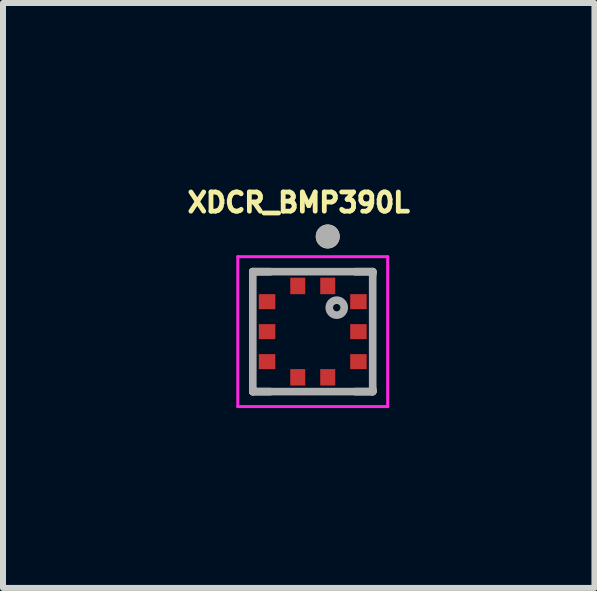
<source format=kicad_pcb>
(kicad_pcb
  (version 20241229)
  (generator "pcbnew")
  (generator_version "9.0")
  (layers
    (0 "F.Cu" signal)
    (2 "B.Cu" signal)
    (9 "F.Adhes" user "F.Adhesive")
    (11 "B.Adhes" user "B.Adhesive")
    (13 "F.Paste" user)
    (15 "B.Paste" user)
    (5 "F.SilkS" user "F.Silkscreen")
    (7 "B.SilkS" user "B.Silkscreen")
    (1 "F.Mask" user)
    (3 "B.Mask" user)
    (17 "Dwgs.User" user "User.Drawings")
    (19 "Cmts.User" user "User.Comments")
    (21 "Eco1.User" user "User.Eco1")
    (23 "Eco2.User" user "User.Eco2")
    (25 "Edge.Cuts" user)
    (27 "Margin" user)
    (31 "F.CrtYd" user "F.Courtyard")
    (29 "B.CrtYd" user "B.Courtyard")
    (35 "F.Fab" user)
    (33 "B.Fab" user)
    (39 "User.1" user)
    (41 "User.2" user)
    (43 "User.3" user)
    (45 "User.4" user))
  (footprint "XDCR_BMP390L"
    (layer "F.Cu")
    (at 2.166 2.481)
    (property "Reference" "XDCR_BMP390L" (at -0.234 -2.153 0) (layer "F.SilkS") (effects (font (size 0.32 0.32) (thickness 0.15))))
    (attr smd)
    (fp_line (start -1 -1) (end -0.708 -1) (stroke (width 0.127) (type solid)) (layer "F.SilkS"))
    (fp_line (start -1 -0.958) (end -1 -1) (stroke (width 0.127) (type solid)) (layer "F.SilkS"))
    (fp_line (start -1 1) (end -1 0.958) (stroke (width 0.127) (type solid)) (layer "F.SilkS"))
    (fp_line (start -1 1) (end -0.708 1) (stroke (width 0.127) (type solid)) (layer "F.SilkS"))
    (fp_line (start 0.708 -1) (end 1 -1) (stroke (width 0.127) (type solid)) (layer "F.SilkS"))
    (fp_line (start 1 -1) (end 1 -0.958) (stroke (width 0.127) (type solid)) (layer "F.SilkS"))
    (fp_line (start 1 0.958) (end 1 1) (stroke (width 0.127) (type solid)) (layer "F.SilkS"))
    (fp_line (start 1 1) (end 0.708 1) (stroke (width 0.127) (type solid)) (layer "F.SilkS"))
    (fp_circle (center 0.25 -1.587) (end 0.35 -1.587) (stroke (width 0.2) (type solid)) (fill no) (layer "F.SilkS"))
    (fp_line (start -1.25 -1.25) (end -1.25 1.25) (stroke (width 0.05) (type solid)) (layer "F.CrtYd"))
    (fp_line (start -1.25 1.25) (end 1.25 1.25) (stroke (width 0.05) (type solid)) (layer "F.CrtYd"))
    (fp_line (start 1.25 -1.25) (end -1.25 -1.25) (stroke (width 0.05) (type solid)) (layer "F.CrtYd"))
    (fp_line (start 1.25 1.25) (end 1.25 -1.25) (stroke (width 0.05) (type solid)) (layer "F.CrtYd"))
    (fp_line (start -1 -1) (end 1 -1) (stroke (width 0.127) (type solid)) (layer "F.Fab"))
    (fp_line (start -1 1) (end -1 -1) (stroke (width 0.127) (type solid)) (layer "F.Fab"))
    (fp_line (start 1 -1) (end 1 1) (stroke (width 0.127) (type solid)) (layer "F.Fab"))
    (fp_line (start 1 1) (end -1 1) (stroke (width 0.127) (type solid)) (layer "F.Fab"))
    (fp_circle (center 0.25 -1.587) (end 0.35 -1.587) (stroke (width 0.2) (type solid)) (fill no) (layer "F.Fab"))
    (fp_circle (center 0.4 -0.4) (end 0.525 -0.4) (stroke (width 0.127) (type solid)) (fill no) (layer "F.Fab"))
    (pad "1" smd rect (at 0.25 -0.762) (size 0.25 0.275) (layers "F.Cu" "F.Mask" "F.Paste"))
    (pad "2" smd rect (at -0.25 -0.762) (size 0.25 0.275) (layers "F.Cu" "F.Mask" "F.Paste"))
    (pad "3" smd rect (at -0.762 -0.5) (size 0.275 0.25) (layers "F.Cu" "F.Mask" "F.Paste"))
    (pad "4" smd rect (at -0.762 0) (size 0.275 0.25) (layers "F.Cu" "F.Mask" "F.Paste"))
    (pad "5" smd rect (at -0.762 0.5) (size 0.275 0.25) (layers "F.Cu" "F.Mask" "F.Paste"))
    (pad "6" smd rect (at -0.25 0.762) (size 0.25 0.275) (layers "F.Cu" "F.Mask" "F.Paste"))
    (pad "7" smd rect (at 0.25 0.762) (size 0.25 0.275) (layers "F.Cu" "F.Mask" "F.Paste"))
    (pad "8" smd rect (at 0.762 0.5) (size 0.275 0.25) (layers "F.Cu" "F.Mask" "F.Paste"))
    (pad "9" smd rect (at 0.762 0) (size 0.275 0.25) (layers "F.Cu" "F.Mask" "F.Paste"))
    (pad "10" smd rect (at 0.762 -0.5) (size 0.275 0.25) (layers "F.Cu" "F.Mask" "F.Paste")))
  (gr_rect
    (start -3 -3)
    (end 6.864 6.756)
    (stroke (width 0.1) (type default))
    (fill no)
    (layer "Edge.Cuts")))
</source>
